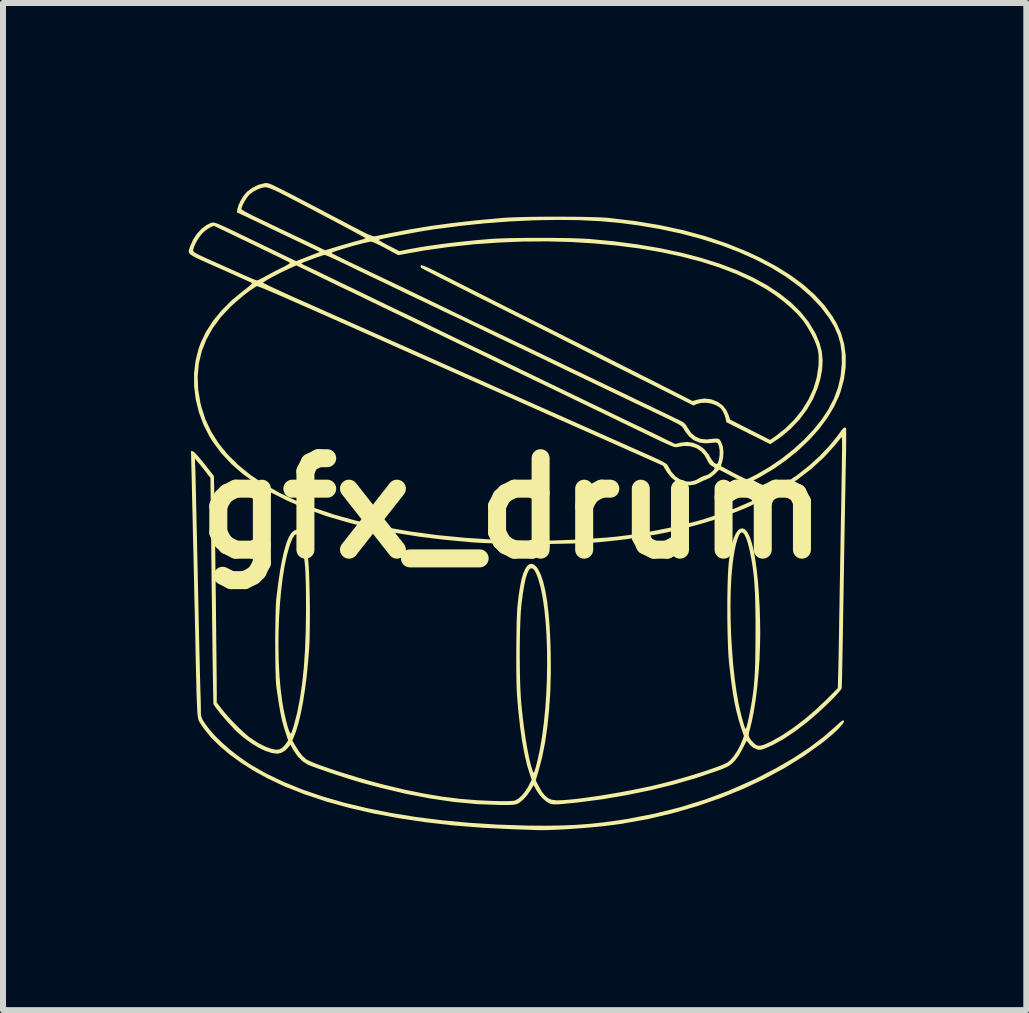
<source format=kicad_pcb>
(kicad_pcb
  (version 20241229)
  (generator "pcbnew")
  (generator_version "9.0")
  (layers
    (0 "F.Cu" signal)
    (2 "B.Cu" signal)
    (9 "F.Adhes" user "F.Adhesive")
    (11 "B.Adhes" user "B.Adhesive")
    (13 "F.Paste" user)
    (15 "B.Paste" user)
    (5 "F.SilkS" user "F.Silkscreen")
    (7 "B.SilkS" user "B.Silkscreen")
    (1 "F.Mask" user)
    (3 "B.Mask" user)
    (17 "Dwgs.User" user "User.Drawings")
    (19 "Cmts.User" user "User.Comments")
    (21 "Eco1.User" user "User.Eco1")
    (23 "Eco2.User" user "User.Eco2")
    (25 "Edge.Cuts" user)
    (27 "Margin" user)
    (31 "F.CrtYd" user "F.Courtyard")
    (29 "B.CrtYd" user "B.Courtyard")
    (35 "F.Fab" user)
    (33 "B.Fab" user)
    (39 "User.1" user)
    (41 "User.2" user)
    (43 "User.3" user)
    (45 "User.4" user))
  (footprint "gfx_drum"
    (layer "F.Cu")
    (at 5.486 5.419)
    (property "Reference" "gfx_drum" (at 0 0 0) (layer "F.SilkS") (effects (font (size 1.524 1.524) (thickness 0.3))))
    (attr board_only exclude_from_pos_files exclude_from_bom)
    (fp_poly (pts (xy -4.088 -5.418) (xy -4.064 -5.414) (xy -4.033 -5.404) (xy -3.992 -5.386) (xy -3.938 -5.36) (xy -3.865 -5.324) (xy -3.772 -5.277) (xy -3.735 -5.258) (xy -3.645 -5.212) (xy -3.535 -5.154) (xy -3.409 -5.089) (xy -3.274 -5.018) (xy -3.135 -4.945) (xy -2.997 -4.872) (xy -2.875 -4.808) (xy -2.741 -4.737) (xy -2.631 -4.68) (xy -2.542 -4.634) (xy -2.471 -4.598) (xy -2.416 -4.571) (xy -2.374 -4.553) (xy -2.342 -4.541) (xy -2.319 -4.534) (xy -2.301 -4.533) (xy -2.288 -4.533) (xy -2.255 -4.539) (xy -2.2 -4.55) (xy -2.129 -4.564) (xy -2.051 -4.58) (xy -2.023 -4.586) (xy -1.695 -4.649) (xy -1.348 -4.706) (xy -0.981 -4.755) (xy -0.59 -4.799) (xy -0.173 -4.837) (xy -0.139 -4.84) (xy -0.055 -4.845) (xy 0.052 -4.849) (xy 0.179 -4.853) (xy 0.32 -4.856) (xy 0.472 -4.858) (xy 0.63 -4.859) (xy 0.79 -4.859) (xy 0.949 -4.858) (xy 1.101 -4.857) (xy 1.243 -4.854) (xy 1.37 -4.851) (xy 1.479 -4.847) (xy 1.564 -4.842) (xy 1.598 -4.839) (xy 2.036 -4.787) (xy 2.452 -4.719) (xy 2.846 -4.634) (xy 3.221 -4.532) (xy 3.577 -4.412) (xy 3.916 -4.275) (xy 4.126 -4.177) (xy 4.396 -4.034) (xy 4.637 -3.883) (xy 4.851 -3.725) (xy 5.038 -3.559) (xy 5.199 -3.384) (xy 5.333 -3.2) (xy 5.399 -3.091) (xy 5.478 -2.918) (xy 5.53 -2.735) (xy 5.556 -2.544) (xy 5.554 -2.347) (xy 5.526 -2.146) (xy 5.47 -1.944) (xy 5.446 -1.876) (xy 5.359 -1.688) (xy 5.246 -1.501) (xy 5.108 -1.317) (xy 4.947 -1.138) (xy 4.767 -0.967) (xy 4.568 -0.805) (xy 4.355 -0.656) (xy 4.128 -0.521) (xy 4.059 -0.485) (xy 3.904 -0.405) (xy 3.447 -0.643) (xy 3.376 -0.572) (xy 3.303 -0.512) (xy 3.239 -0.482) (xy 3.183 -0.461) (xy 3.128 -0.433) (xy 3.117 -0.427) (xy 3.045 -0.396) (xy 2.96 -0.383) (xy 2.87 -0.389) (xy 2.817 -0.402) (xy 2.735 -0.443) (xy 2.656 -0.506) (xy 2.587 -0.587) (xy 2.561 -0.627) (xy 2.513 -0.709) (xy 1.48 -1.169) (xy 1.013 -1.376) (xy 0.573 -1.572) (xy 0.158 -1.757) (xy -0.233 -1.931) (xy -0.6 -2.094) (xy -0.943 -2.247) (xy -1.265 -2.39) (xy -1.565 -2.523) (xy -1.844 -2.647) (xy -2.103 -2.763) (xy -2.343 -2.869) (xy -2.564 -2.967) (xy -2.768 -3.058) (xy -2.954 -3.14) (xy -3.125 -3.216) (xy -3.279 -3.284) (xy -3.419 -3.346) (xy -3.545 -3.401) (xy -3.658 -3.451) (xy -3.758 -3.495) (xy -3.846 -3.533) (xy -3.924 -3.567) (xy -3.991 -3.596) (xy -4.048 -3.62) (xy -4.097 -3.641) (xy -4.137 -3.657) (xy -4.171 -3.671) (xy -4.198 -3.681) (xy -4.219 -3.689) (xy -4.235 -3.695) (xy -4.247 -3.698) (xy -4.255 -3.7) (xy -4.26 -3.7) (xy -4.264 -3.7) (xy -4.266 -3.698) (xy -4.268 -3.696) (xy -4.27 -3.695) (xy -4.271 -3.694) (xy -4.37 -3.628) (xy -4.48 -3.544) (xy -4.593 -3.449) (xy -4.7 -3.352) (xy -4.861 -3.179) (xy -4.994 -2.998) (xy -5.098 -2.81) (xy -5.175 -2.615) (xy -5.223 -2.411) (xy -5.242 -2.201) (xy -5.234 -1.982) (xy -5.197 -1.757) (xy -5.182 -1.696) (xy -5.113 -1.481) (xy -5.016 -1.276) (xy -4.892 -1.08) (xy -4.741 -0.895) (xy -4.563 -0.719) (xy -4.36 -0.554) (xy -4.131 -0.4) (xy -3.876 -0.256) (xy -3.596 -0.124) (xy -3.291 -0.003) (xy -2.962 0.107) (xy -2.609 0.205) (xy -2.232 0.291) (xy -2.155 0.307) (xy -1.715 0.384) (xy -1.255 0.446) (xy -0.782 0.492) (xy -0.299 0.523) (xy 0.186 0.538) (xy 0.668 0.537) (xy 1.142 0.519) (xy 1.603 0.485) (xy 1.763 0.469) (xy 1.954 0.445) (xy 2.165 0.412) (xy 2.387 0.371) (xy 2.612 0.326) (xy 2.832 0.276) (xy 3.038 0.224) (xy 3.163 0.19) (xy 3.45 0.098) (xy 3.731 -0.007) (xy 4.003 -0.125) (xy 4.26 -0.253) (xy 4.498 -0.388) (xy 4.712 -0.529) (xy 4.771 -0.572) (xy 4.951 -0.716) (xy 5.118 -0.868) (xy 5.269 -1.025) (xy 5.399 -1.182) (xy 5.443 -1.242) (xy 5.486 -1.301) (xy 5.518 -1.335) (xy 5.542 -1.348) (xy 5.558 -1.339) (xy 5.561 -1.335) (xy 5.562 -1.319) (xy 5.563 -1.275) (xy 5.563 -1.209) (xy 5.563 -1.122) (xy 5.562 -1.018) (xy 5.56 -0.899) (xy 5.558 -0.769) (xy 5.555 -0.658) (xy 5.553 -0.544) (xy 5.551 -0.405) (xy 5.548 -0.244) (xy 5.544 -0.062) (xy 5.541 0.135) (xy 5.537 0.345) (xy 5.533 0.564) (xy 5.529 0.79) (xy 5.526 1.018) (xy 5.522 1.246) (xy 5.518 1.47) (xy 5.518 1.488) (xy 5.514 1.694) (xy 5.511 1.892) (xy 5.508 2.081) (xy 5.505 2.257) (xy 5.502 2.42) (xy 5.499 2.566) (xy 5.496 2.694) (xy 5.494 2.803) (xy 5.492 2.889) (xy 5.49 2.952) (xy 5.489 2.988) (xy 5.488 2.997) (xy 5.474 3.024) (xy 5.44 3.066) (xy 5.39 3.122) (xy 5.327 3.187) (xy 5.253 3.259) (xy 5.173 3.335) (xy 5.088 3.413) (xy 5.003 3.488) (xy 4.919 3.558) (xy 4.892 3.58) (xy 4.7 3.725) (xy 4.519 3.845) (xy 4.349 3.94) (xy 4.229 3.993) (xy 4.174 4.014) (xy 4.136 4.024) (xy 4.105 4.024) (xy 4.076 4.017) (xy 4.016 3.99) (xy 3.964 3.947) (xy 3.934 3.911) (xy 3.905 3.873) (xy 3.833 4.014) (xy 3.773 4.119) (xy 3.711 4.203) (xy 3.687 4.229) (xy 3.655 4.259) (xy 3.624 4.283) (xy 3.589 4.304) (xy 3.542 4.326) (xy 3.478 4.352) (xy 3.404 4.379) (xy 3.058 4.496) (xy 2.689 4.603) (xy 2.304 4.697) (xy 1.907 4.779) (xy 1.503 4.848) (xy 1.099 4.901) (xy 0.93 4.918) (xy 0.838 4.927) (xy 0.771 4.932) (xy 0.722 4.934) (xy 0.686 4.933) (xy 0.658 4.929) (xy 0.633 4.922) (xy 0.621 4.917) (xy 0.566 4.886) (xy 0.507 4.835) (xy 0.45 4.771) (xy 0.403 4.702) (xy 0.39 4.678) (xy 0.356 4.613) (xy 0.304 4.699) (xy 0.243 4.786) (xy 0.178 4.858) (xy 0.113 4.909) (xy 0.088 4.923) (xy 0.064 4.932) (xy 0.033 4.938) (xy -0.01 4.942) (xy -0.07 4.944) (xy -0.15 4.944) (xy -0.227 4.943) (xy -0.594 4.929) (xy -0.973 4.893) (xy -1.365 4.836) (xy -1.772 4.758) (xy -2.196 4.657) (xy -2.514 4.572) (xy -2.601 4.546) (xy -2.703 4.515) (xy -2.812 4.48) (xy -2.925 4.443) (xy -3.038 4.405) (xy -3.144 4.369) (xy -3.24 4.335) (xy -3.321 4.306) (xy -3.382 4.282) (xy -3.41 4.27) (xy -3.493 4.217) (xy -3.572 4.138) (xy -3.642 4.038) (xy -3.651 4.023) (xy -3.698 3.94) (xy -3.733 3.984) (xy -3.787 4.038) (xy -3.85 4.075) (xy -3.912 4.089) (xy -3.916 4.089) (xy -4.008 4.077) (xy -4.113 4.043) (xy -4.229 3.988) (xy -4.351 3.913) (xy -4.476 3.821) (xy -4.558 3.752) (xy -4.608 3.705) (xy -4.669 3.641) (xy -4.737 3.567) (xy -4.805 3.49) (xy -4.868 3.415) (xy -4.919 3.35) (xy -4.944 3.316) (xy -4.981 3.261) (xy -4.99 2.755) (xy -4.991 2.664) (xy -4.993 2.546) (xy -4.995 2.406) (xy -4.997 2.245) (xy -4.999 2.068) (xy -5.002 1.877) (xy -5.004 1.676) (xy -5.007 1.467) (xy -5.01 1.255) (xy -5.012 1.041) (xy -5.014 0.872) (xy -5.03 -0.506) (xy -5.109 -0.608) (xy -5.153 -0.664) (xy -5.196 -0.719) (xy -5.233 -0.762) (xy -5.239 -0.769) (xy -5.289 -0.828) (xy -5.282 -0.667) (xy -5.281 -0.631) (xy -5.279 -0.568) (xy -5.277 -0.479) (xy -5.274 -0.368) (xy -5.271 -0.236) (xy -5.268 -0.084) (xy -5.264 0.084) (xy -5.26 0.267) (xy -5.255 0.463) (xy -5.251 0.669) (xy -5.246 0.884) (xy -5.241 1.105) (xy -5.24 1.173) (xy -5.235 1.396) (xy -5.23 1.615) (xy -5.226 1.827) (xy -5.221 2.029) (xy -5.217 2.219) (xy -5.213 2.396) (xy -5.209 2.557) (xy -5.206 2.699) (xy -5.203 2.822) (xy -5.2 2.922) (xy -5.198 2.998) (xy -5.197 3.048) (xy -5.196 3.056) (xy -5.193 3.143) (xy -5.191 3.23) (xy -5.189 3.308) (xy -5.189 3.368) (xy -5.189 3.372) (xy -5.188 3.426) (xy -5.183 3.465) (xy -5.172 3.499) (xy -5.151 3.538) (xy -5.116 3.592) (xy -5.116 3.592) (xy -5.042 3.691) (xy -4.946 3.798) (xy -4.832 3.909) (xy -4.704 4.021) (xy -4.567 4.128) (xy -4.425 4.228) (xy -4.352 4.276) (xy -4.093 4.423) (xy -3.807 4.56) (xy -3.497 4.686) (xy -3.162 4.801) (xy -2.805 4.904) (xy -2.427 4.995) (xy -2.027 5.075) (xy -1.609 5.143) (xy -1.173 5.198) (xy -0.719 5.24) (xy -0.25 5.27) (xy 0.234 5.286) (xy 0.279 5.287) (xy 0.557 5.289) (xy 0.813 5.285) (xy 1.054 5.275) (xy 1.286 5.258) (xy 1.516 5.234) (xy 1.75 5.202) (xy 1.928 5.174) (xy 2.371 5.088) (xy 2.795 4.982) (xy 3.205 4.855) (xy 3.604 4.706) (xy 3.997 4.533) (xy 4.097 4.485) (xy 4.41 4.322) (xy 4.696 4.155) (xy 4.953 3.985) (xy 5.183 3.811) (xy 5.374 3.645) (xy 5.423 3.599) (xy 5.466 3.563) (xy 5.496 3.539) (xy 5.509 3.532) (xy 5.526 3.541) (xy 5.521 3.565) (xy 5.497 3.602) (xy 5.454 3.652) (xy 5.396 3.711) (xy 5.323 3.777) (xy 5.238 3.849) (xy 5.159 3.912) (xy 4.863 4.125) (xy 4.542 4.325) (xy 4.201 4.509) (xy 3.84 4.679) (xy 3.463 4.831) (xy 3.071 4.966) (xy 2.669 5.082) (xy 2.257 5.179) (xy 1.839 5.254) (xy 1.803 5.26) (xy 1.67 5.278) (xy 1.52 5.296) (xy 1.359 5.312) (xy 1.192 5.327) (xy 1.025 5.339) (xy 0.863 5.35) (xy 0.711 5.357) (xy 0.576 5.362) (xy 0.462 5.362) (xy 0.425 5.362) (xy 0.391 5.361) (xy 0.333 5.359) (xy 0.257 5.356) (xy 0.167 5.353) (xy 0.068 5.35) (xy 0.022 5.348) (xy -0.482 5.324) (xy -0.97 5.285) (xy -1.438 5.232) (xy -1.887 5.165) (xy -2.315 5.085) (xy -2.721 4.991) (xy -3.104 4.885) (xy -3.463 4.765) (xy -3.797 4.633) (xy -3.839 4.614) (xy -4.08 4.499) (xy -4.305 4.376) (xy -4.514 4.244) (xy -4.704 4.107) (xy -4.872 3.965) (xy -5.018 3.821) (xy -5.137 3.675) (xy -5.214 3.559) (xy -5.221 3.544) (xy -5.228 3.528) (xy -5.234 3.507) (xy -5.239 3.48) (xy -5.244 3.444) (xy -5.248 3.398) (xy -5.251 3.339) (xy -5.255 3.265) (xy -5.258 3.174) (xy -5.262 3.065) (xy -5.265 2.934) (xy -5.269 2.78) (xy -5.273 2.601) (xy -5.277 2.411) (xy -5.281 2.2) (xy -5.286 1.977) (xy -5.291 1.746) (xy -5.297 1.51) (xy -5.302 1.272) (xy -5.307 1.035) (xy -5.312 0.801) (xy -5.318 0.574) (xy -5.323 0.357) (xy -5.327 0.151) (xy -5.332 -0.038) (xy -5.336 -0.21) (xy -5.339 -0.36) (xy -5.342 -0.486) (xy -5.344 -0.562) (xy -5.354 -0.955) (xy -5.323 -0.95) (xy -5.302 -0.937) (xy -5.266 -0.901) (xy -5.217 -0.846) (xy -5.157 -0.773) (xy -5.132 -0.742) (xy -4.972 -0.539) (xy -4.963 -0.156) (xy -4.962 -0.089) (xy -4.96 0.003) (xy -4.958 0.119) (xy -4.956 0.255) (xy -4.954 0.409) (xy -4.952 0.578) (xy -4.949 0.759) (xy -4.947 0.95) (xy -4.944 1.148) (xy -4.942 1.35) (xy -4.939 1.553) (xy -4.937 1.755) (xy -4.935 1.953) (xy -4.933 2.144) (xy -4.931 2.326) (xy -4.929 2.495) (xy -4.928 2.649) (xy -4.926 2.785) (xy -4.925 2.901) (xy -4.925 2.994) (xy -4.924 3.061) (xy -4.924 3.072) (xy -4.925 3.235) (xy -4.848 3.336) (xy -4.789 3.409) (xy -4.716 3.492) (xy -4.634 3.579) (xy -4.549 3.663) (xy -4.469 3.739) (xy -4.398 3.8) (xy -4.375 3.818) (xy -4.236 3.91) (xy -4.098 3.978) (xy -4.011 4.008) (xy -3.937 4.023) (xy -3.878 4.016) (xy -3.827 3.986) (xy -3.782 3.935) (xy -3.735 3.869) (xy -3.772 3.755) (xy -3.796 3.682) (xy -3.816 3.613) (xy -3.834 3.546) (xy -3.85 3.475) (xy -3.866 3.396) (xy -3.882 3.305) (xy -3.899 3.195) (xy -3.919 3.064) (xy -3.931 2.983) (xy -3.936 2.929) (xy -3.941 2.85) (xy -3.944 2.75) (xy -3.947 2.633) (xy -3.949 2.504) (xy -3.95 2.367) (xy -3.95 2.33) (xy -3.896 2.33) (xy -3.891 2.568) (xy -3.879 2.799) (xy -3.859 3.019) (xy -3.833 3.223) (xy -3.831 3.232) (xy -3.815 3.327) (xy -3.796 3.422) (xy -3.775 3.512) (xy -3.755 3.594) (xy -3.735 3.663) (xy -3.716 3.715) (xy -3.701 3.747) (xy -3.69 3.754) (xy -3.689 3.754) (xy -3.679 3.734) (xy -3.664 3.693) (xy -3.646 3.639) (xy -3.64 3.618) (xy -3.585 3.407) (xy -3.54 3.177) (xy -3.503 2.927) (xy -3.474 2.655) (xy -3.454 2.36) (xy -3.442 2.039) (xy -3.437 1.692) (xy -3.437 1.671) (xy -3.438 1.493) (xy -3.439 1.341) (xy -3.442 1.211) (xy -3.446 1.098) (xy -3.451 0.999) (xy -3.459 0.91) (xy -3.469 0.827) (xy -3.481 0.746) (xy -3.496 0.664) (xy -3.498 0.652) (xy -3.521 0.553) (xy -3.545 0.483) (xy -3.571 0.442) (xy -3.599 0.431) (xy -3.628 0.449) (xy -3.659 0.496) (xy -3.692 0.572) (xy -3.713 0.631) (xy -3.756 0.785) (xy -3.794 0.964) (xy -3.826 1.163) (xy -3.852 1.379) (xy -3.873 1.608) (xy -3.887 1.845) (xy -3.895 2.087) (xy -3.896 2.33) (xy -3.95 2.33) (xy -3.951 2.225) (xy -3.95 2.084) (xy -3.948 1.947) (xy -3.946 1.818) (xy -3.943 1.703) (xy -3.939 1.604) (xy -3.934 1.526) (xy -3.931 1.495) (xy -3.901 1.253) (xy -3.87 1.041) (xy -3.836 0.857) (xy -3.8 0.703) (xy -3.763 0.577) (xy -3.723 0.479) (xy -3.68 0.41) (xy -3.636 0.37) (xy -3.589 0.357) (xy -3.571 0.36) (xy -3.533 0.383) (xy -3.498 0.434) (xy -3.467 0.512) (xy -3.439 0.618) (xy -3.415 0.753) (xy -3.407 0.806) (xy -3.399 0.876) (xy -3.392 0.971) (xy -3.386 1.087) (xy -3.382 1.218) (xy -3.378 1.361) (xy -3.375 1.512) (xy -3.373 1.665) (xy -3.373 1.817) (xy -3.374 1.963) (xy -3.376 2.099) (xy -3.379 2.22) (xy -3.384 2.322) (xy -3.384 2.328) (xy -3.403 2.57) (xy -3.426 2.801) (xy -3.454 3.019) (xy -3.486 3.222) (xy -3.521 3.405) (xy -3.559 3.566) (xy -3.599 3.703) (xy -3.627 3.778) (xy -3.665 3.87) (xy -3.625 3.939) (xy -3.559 4.046) (xy -3.495 4.127) (xy -3.435 4.181) (xy -3.434 4.182) (xy -3.392 4.204) (xy -3.326 4.233) (xy -3.238 4.268) (xy -3.132 4.306) (xy -3.011 4.348) (xy -2.877 4.392) (xy -2.736 4.436) (xy -2.589 4.481) (xy -2.441 4.524) (xy -2.294 4.565) (xy -2.152 4.602) (xy -2.133 4.607) (xy -1.794 4.688) (xy -1.474 4.753) (xy -1.168 4.804) (xy -0.87 4.841) (xy -0.574 4.865) (xy -0.329 4.876) (xy -0.208 4.879) (xy -0.114 4.88) (xy -0.043 4.878) (xy 0.008 4.875) (xy 0.042 4.869) (xy 0.048 4.867) (xy 0.098 4.839) (xy 0.154 4.79) (xy 0.209 4.724) (xy 0.258 4.65) (xy 0.278 4.612) (xy 0.323 4.522) (xy 0.295 4.441) (xy 0.246 4.283) (xy 0.203 4.098) (xy 0.164 3.886) (xy 0.13 3.649) (xy 0.101 3.387) (xy 0.077 3.103) (xy 0.077 3.093) (xy 0.073 3.019) (xy 0.07 2.922) (xy 0.068 2.807) (xy 0.066 2.678) (xy 0.066 2.539) (xy 0.066 2.514) (xy 0.124 2.514) (xy 0.126 2.688) (xy 0.129 2.855) (xy 0.135 3.011) (xy 0.142 3.149) (xy 0.151 3.266) (xy 0.151 3.268) (xy 0.173 3.472) (xy 0.197 3.666) (xy 0.223 3.846) (xy 0.251 4.011) (xy 0.28 4.156) (xy 0.309 4.279) (xy 0.339 4.376) (xy 0.346 4.397) (xy 0.354 4.405) (xy 0.363 4.395) (xy 0.375 4.364) (xy 0.392 4.308) (xy 0.413 4.227) (xy 0.418 4.206) (xy 0.46 4.013) (xy 0.496 3.801) (xy 0.525 3.575) (xy 0.549 3.339) (xy 0.566 3.095) (xy 0.576 2.848) (xy 0.58 2.601) (xy 0.578 2.357) (xy 0.57 2.121) (xy 0.555 1.896) (xy 0.534 1.685) (xy 0.506 1.491) (xy 0.472 1.319) (xy 0.431 1.173) (xy 0.431 1.173) (xy 0.398 1.086) (xy 0.366 1.029) (xy 0.335 1.001) (xy 0.305 1.001) (xy 0.276 1.03) (xy 0.249 1.088) (xy 0.222 1.174) (xy 0.198 1.288) (xy 0.175 1.43) (xy 0.153 1.6) (xy 0.151 1.619) (xy 0.142 1.725) (xy 0.135 1.855) (xy 0.13 2.004) (xy 0.126 2.167) (xy 0.124 2.339) (xy 0.124 2.514) (xy 0.066 2.514) (xy 0.066 2.396) (xy 0.067 2.251) (xy 0.069 2.111) (xy 0.071 1.979) (xy 0.074 1.859) (xy 0.078 1.756) (xy 0.082 1.674) (xy 0.086 1.627) (xy 0.106 1.452) (xy 0.129 1.305) (xy 0.153 1.184) (xy 0.181 1.088) (xy 0.212 1.015) (xy 0.246 0.963) (xy 0.28 0.934) (xy 0.321 0.924) (xy 0.365 0.941) (xy 0.408 0.983) (xy 0.426 1.008) (xy 0.473 1.101) (xy 0.514 1.222) (xy 0.55 1.371) (xy 0.58 1.548) (xy 0.604 1.752) (xy 0.623 1.984) (xy 0.635 2.243) (xy 0.64 2.418) (xy 0.642 2.743) (xy 0.633 3.058) (xy 0.613 3.359) (xy 0.584 3.644) (xy 0.545 3.91) (xy 0.496 4.154) (xy 0.444 4.352) (xy 0.391 4.534) (xy 0.44 4.63) (xy 0.493 4.722) (xy 0.545 4.788) (xy 0.599 4.832) (xy 0.66 4.857) (xy 0.733 4.866) (xy 0.747 4.866) (xy 0.843 4.863) (xy 0.964 4.853) (xy 1.105 4.838) (xy 1.262 4.817) (xy 1.432 4.793) (xy 1.61 4.764) (xy 1.792 4.733) (xy 1.974 4.699) (xy 2.152 4.663) (xy 2.323 4.627) (xy 2.481 4.589) (xy 2.486 4.588) (xy 2.618 4.554) (xy 2.754 4.517) (xy 2.892 4.477) (xy 3.028 4.437) (xy 3.158 4.396) (xy 3.278 4.356) (xy 3.385 4.319) (xy 3.474 4.286) (xy 3.542 4.257) (xy 3.583 4.236) (xy 3.637 4.191) (xy 3.694 4.124) (xy 3.749 4.04) (xy 3.799 3.946) (xy 3.833 3.865) (xy 3.859 3.795) (xy 3.813 3.66) (xy 3.773 3.531) (xy 3.737 3.394) (xy 3.704 3.245) (xy 3.675 3.081) (xy 3.649 2.897) (xy 3.624 2.689) (xy 3.61 2.565) (xy 3.602 2.464) (xy 3.595 2.343) (xy 3.59 2.204) (xy 3.586 2.053) (xy 3.583 1.893) (xy 3.582 1.73) (xy 3.582 1.611) (xy 3.635 1.611) (xy 3.638 1.856) (xy 3.646 2.106) (xy 3.661 2.356) (xy 3.68 2.6) (xy 3.705 2.834) (xy 3.735 3.051) (xy 3.769 3.248) (xy 3.791 3.349) (xy 3.806 3.412) (xy 3.823 3.48) (xy 3.842 3.547) (xy 3.859 3.606) (xy 3.873 3.65) (xy 3.881 3.67) (xy 3.889 3.673) (xy 3.898 3.656) (xy 3.91 3.618) (xy 3.925 3.556) (xy 3.944 3.467) (xy 3.951 3.434) (xy 3.974 3.315) (xy 3.993 3.203) (xy 4.009 3.094) (xy 4.022 2.984) (xy 4.032 2.868) (xy 4.04 2.743) (xy 4.046 2.605) (xy 4.049 2.449) (xy 4.051 2.272) (xy 4.052 2.074) (xy 4.052 1.874) (xy 4.05 1.699) (xy 4.047 1.546) (xy 4.043 1.411) (xy 4.036 1.291) (xy 4.028 1.18) (xy 4.017 1.077) (xy 4.004 0.976) (xy 3.988 0.875) (xy 3.978 0.821) (xy 3.952 0.691) (xy 3.925 0.583) (xy 3.897 0.5) (xy 3.87 0.441) (xy 3.842 0.408) (xy 3.816 0.402) (xy 3.806 0.408) (xy 3.779 0.445) (xy 3.753 0.508) (xy 3.728 0.594) (xy 3.705 0.701) (xy 3.684 0.825) (xy 3.667 0.964) (xy 3.653 1.115) (xy 3.65 1.155) (xy 3.639 1.376) (xy 3.635 1.611) (xy 3.582 1.611) (xy 3.582 1.567) (xy 3.584 1.409) (xy 3.587 1.261) (xy 3.592 1.126) (xy 3.598 1.009) (xy 3.605 0.914) (xy 3.61 0.872) (xy 3.634 0.719) (xy 3.66 0.593) (xy 3.69 0.494) (xy 3.723 0.419) (xy 3.76 0.368) (xy 3.795 0.342) (xy 3.839 0.334) (xy 3.881 0.354) (xy 3.92 0.402) (xy 3.957 0.477) (xy 3.99 0.577) (xy 4.021 0.702) (xy 4.048 0.852) (xy 4.072 1.024) (xy 4.093 1.218) (xy 4.109 1.434) (xy 4.122 1.671) (xy 4.128 1.862) (xy 4.131 2.079) (xy 4.127 2.303) (xy 4.118 2.53) (xy 4.102 2.754) (xy 4.082 2.972) (xy 4.057 3.179) (xy 4.027 3.37) (xy 3.994 3.54) (xy 3.958 3.684) (xy 3.943 3.741) (xy 3.94 3.784) (xy 3.95 3.82) (xy 3.976 3.859) (xy 4.021 3.91) (xy 4.055 3.939) (xy 4.092 3.955) (xy 4.136 3.955) (xy 4.192 3.94) (xy 4.265 3.908) (xy 4.314 3.885) (xy 4.489 3.786) (xy 4.673 3.664) (xy 4.862 3.521) (xy 5.052 3.36) (xy 5.239 3.183) (xy 5.265 3.156) (xy 5.423 2.997) (xy 5.43 2.755) (xy 5.432 2.68) (xy 5.434 2.582) (xy 5.437 2.465) (xy 5.439 2.337) (xy 5.441 2.202) (xy 5.444 2.067) (xy 5.445 2.001) (xy 5.446 1.905) (xy 5.448 1.783) (xy 5.451 1.639) (xy 5.453 1.475) (xy 5.456 1.296) (xy 5.46 1.104) (xy 5.463 0.904) (xy 5.467 0.698) (xy 5.47 0.489) (xy 5.474 0.283) (xy 5.475 0.213) (xy 5.479 0.02) (xy 5.482 -0.165) (xy 5.485 -0.34) (xy 5.487 -0.503) (xy 5.49 -0.653) (xy 5.491 -0.786) (xy 5.493 -0.9) (xy 5.494 -0.994) (xy 5.494 -1.064) (xy 5.494 -1.109) (xy 5.494 -1.126) (xy 5.489 -1.189) (xy 5.379 -1.054) (xy 5.194 -0.85) (xy 4.982 -0.656) (xy 4.745 -0.474) (xy 4.483 -0.305) (xy 4.197 -0.148) (xy 3.89 -0.004) (xy 3.569 0.122) (xy 3.33 0.203) (xy 3.075 0.279) (xy 2.815 0.347) (xy 2.562 0.405) (xy 2.426 0.432) (xy 2.157 0.478) (xy 1.901 0.515) (xy 1.645 0.545) (xy 1.422 0.567) (xy 1.304 0.575) (xy 1.162 0.582) (xy 1 0.587) (xy 0.822 0.591) (xy 0.633 0.594) (xy 0.438 0.595) (xy 0.241 0.594) (xy 0.046 0.593) (xy -0.141 0.59) (xy -0.316 0.585) (xy -0.475 0.579) (xy -0.613 0.571) (xy -0.674 0.567) (xy -1.133 0.524) (xy -1.565 0.471) (xy -1.971 0.406) (xy -2.352 0.331) (xy -2.708 0.245) (xy -3.041 0.148) (xy -3.122 0.122) (xy -3.45 0.002) (xy -3.751 -0.127) (xy -4.025 -0.265) (xy -4.271 -0.414) (xy -4.491 -0.572) (xy -4.684 -0.741) (xy -4.851 -0.92) (xy -4.992 -1.11) (xy -5.045 -1.195) (xy -5.147 -1.395) (xy -5.223 -1.603) (xy -5.275 -1.816) (xy -5.302 -2.032) (xy -5.303 -2.247) (xy -5.278 -2.458) (xy -5.227 -2.661) (xy -5.194 -2.752) (xy -5.105 -2.939) (xy -4.988 -3.121) (xy -4.844 -3.297) (xy -4.676 -3.465) (xy -4.484 -3.623) (xy -4.481 -3.625) (xy -4.424 -3.669) (xy -4.378 -3.707) (xy -4.347 -3.735) (xy -4.334 -3.751) (xy -4.335 -3.752) (xy -4.347 -3.759) (xy -4.152 -3.759) (xy -4.139 -3.75) (xy -4.102 -3.731) (xy -4.043 -3.702) (xy -3.965 -3.666) (xy -3.871 -3.622) (xy -3.764 -3.573) (xy -3.645 -3.519) (xy -3.523 -3.465) (xy -3.022 -3.242) (xy -2.547 -3.031) (xy -2.098 -2.831) (xy -1.674 -2.643) (xy -1.275 -2.465) (xy -0.9 -2.298) (xy -0.55 -2.142) (xy -0.222 -1.996) (xy 0.083 -1.861) (xy 0.365 -1.735) (xy 0.626 -1.619) (xy 0.865 -1.513) (xy 1.083 -1.416) (xy 1.281 -1.328) (xy 1.46 -1.248) (xy 1.618 -1.178) (xy 1.758 -1.116) (xy 1.88 -1.061) (xy 1.983 -1.015) (xy 2.07 -0.977) (xy 2.139 -0.946) (xy 2.192 -0.923) (xy 2.199 -0.92) (xy 2.31 -0.87) (xy 2.398 -0.83) (xy 2.465 -0.798) (xy 2.514 -0.773) (xy 2.549 -0.753) (xy 2.571 -0.737) (xy 2.585 -0.722) (xy 2.592 -0.71) (xy 2.651 -0.608) (xy 2.722 -0.53) (xy 2.802 -0.476) (xy 2.89 -0.448) (xy 2.966 -0.446) (xy 3.02 -0.457) (xy 3.069 -0.475) (xy 3.083 -0.483) (xy 3.142 -0.518) (xy 3.191 -0.539) (xy 3.228 -0.549) (xy 3.262 -0.563) (xy 3.302 -0.589) (xy 3.339 -0.621) (xy 3.364 -0.65) (xy 3.371 -0.667) (xy 3.359 -0.685) (xy 3.329 -0.703) (xy 3.327 -0.703) (xy 3.294 -0.726) (xy 3.264 -0.768) (xy 3.246 -0.804) (xy 3.2 -0.887) (xy 3.146 -0.948) (xy 3.078 -0.995) (xy 3.056 -1.006) (xy 2.963 -1.034) (xy 2.859 -1.039) (xy 2.767 -1.024) (xy 2.754 -1.021) (xy 2.743 -1.018) (xy 2.731 -1.017) (xy 2.715 -1.019) (xy 2.696 -1.023) (xy 2.669 -1.032) (xy 2.634 -1.046) (xy 2.588 -1.066) (xy 2.53 -1.092) (xy 2.457 -1.126) (xy 2.368 -1.168) (xy 2.261 -1.22) (xy 2.134 -1.281) (xy 1.985 -1.353) (xy 1.813 -1.436) (xy 1.751 -1.466) (xy 1.657 -1.512) (xy 1.556 -1.56) (xy 1.458 -1.608) (xy 1.371 -1.649) (xy 1.326 -1.671) (xy 1.252 -1.707) (xy 1.16 -1.751) (xy 1.06 -1.799) (xy 0.961 -1.847) (xy 0.901 -1.876) (xy 0.808 -1.921) (xy 0.711 -1.968) (xy 0.617 -2.014) (xy 0.535 -2.053) (xy 0.491 -2.074) (xy 0.332 -2.15) (xy 0.195 -2.216) (xy 0.075 -2.274) (xy -0.032 -2.325) (xy -0.132 -2.374) (xy -0.229 -2.421) (xy -0.308 -2.459) (xy -0.401 -2.504) (xy -0.5 -2.552) (xy -0.595 -2.598) (xy -0.679 -2.638) (xy -0.718 -2.657) (xy -0.774 -2.683) (xy -0.851 -2.72) (xy -0.944 -2.765) (xy -1.05 -2.816) (xy -1.164 -2.871) (xy -1.279 -2.927) (xy -1.334 -2.953) (xy -1.448 -3.008) (xy -1.56 -3.063) (xy -1.667 -3.114) (xy -1.763 -3.16) (xy -1.844 -3.199) (xy -1.905 -3.229) (xy -1.927 -3.239) (xy -1.982 -3.265) (xy -2.057 -3.302) (xy -2.148 -3.345) (xy -2.248 -3.394) (xy -2.352 -3.444) (xy -2.424 -3.479) (xy -2.517 -3.525) (xy -2.601 -3.565) (xy -2.673 -3.6) (xy -2.729 -3.626) (xy -2.765 -3.644) (xy -2.778 -3.65) (xy -2.792 -3.656) (xy -2.828 -3.673) (xy -2.885 -3.7) (xy -2.958 -3.736) (xy -3.045 -3.778) (xy -3.142 -3.825) (xy -3.19 -3.848) (xy -3.598 -4.047) (xy -3.715 -3.994) (xy -3.785 -3.962) (xy -3.859 -3.926) (xy -3.934 -3.887) (xy -4.005 -3.85) (xy -4.066 -3.816) (xy -4.114 -3.787) (xy -4.144 -3.767) (xy -4.152 -3.759) (xy -4.347 -3.759) (xy -4.35 -3.76) (xy -4.389 -3.778) (xy -4.45 -3.806) (xy -4.528 -3.841) (xy -4.621 -3.883) (xy -4.726 -3.93) (xy -4.84 -3.981) (xy -4.87 -3.994) (xy -5.005 -4.054) (xy -5.115 -4.103) (xy -5.204 -4.143) (xy -5.272 -4.176) (xy -5.323 -4.203) (xy -5.358 -4.226) (xy -5.38 -4.247) (xy -5.39 -4.267) (xy -5.392 -4.289) (xy -5.391 -4.292) (xy -5.318 -4.292) (xy -5.312 -4.28) (xy -5.297 -4.266) (xy -5.269 -4.248) (xy -5.226 -4.225) (xy -5.164 -4.196) (xy -5.082 -4.158) (xy -4.975 -4.11) (xy -4.961 -4.104) (xy -4.855 -4.057) (xy -4.748 -4.009) (xy -4.645 -3.963) (xy -4.552 -3.922) (xy -4.477 -3.888) (xy -4.441 -3.872) (xy -4.375 -3.843) (xy -4.318 -3.819) (xy -4.276 -3.803) (xy -4.254 -3.796) (xy -4.253 -3.796) (xy -4.233 -3.803) (xy -4.194 -3.822) (xy -4.144 -3.848) (xy -4.122 -3.861) (xy -4.059 -3.895) (xy -3.982 -3.936) (xy -3.902 -3.977) (xy -3.85 -4.003) (xy -3.791 -4.033) (xy -3.743 -4.06) (xy -3.712 -4.08) (xy -3.711 -4.081) (xy -3.516 -4.081) (xy -3.507 -4.073) (xy -3.479 -4.057) (xy -3.457 -4.047) (xy -3.427 -4.033) (xy -3.374 -4.008) (xy -3.304 -3.975) (xy -3.22 -3.935) (xy -3.127 -3.89) (xy -3.043 -3.849) (xy -2.95 -3.804) (xy -2.866 -3.763) (xy -2.794 -3.729) (xy -2.739 -3.702) (xy -2.703 -3.685) (xy -2.69 -3.679) (xy -2.676 -3.673) (xy -2.639 -3.655) (xy -2.583 -3.628) (xy -2.51 -3.593) (xy -2.423 -3.55) (xy -2.326 -3.503) (xy -2.28 -3.481) (xy -2.179 -3.432) (xy -2.087 -3.387) (xy -2.008 -3.349) (xy -1.943 -3.318) (xy -1.897 -3.296) (xy -1.873 -3.284) (xy -1.87 -3.283) (xy -1.856 -3.277) (xy -1.82 -3.26) (xy -1.764 -3.233) (xy -1.692 -3.198) (xy -1.608 -3.158) (xy -1.523 -3.117) (xy -1.349 -3.032) (xy -1.199 -2.959) (xy -1.071 -2.897) (xy -0.961 -2.844) (xy -0.868 -2.799) (xy -0.788 -2.761) (xy -0.72 -2.728) (xy -0.661 -2.7) (xy -0.609 -2.674) (xy -0.594 -2.667) (xy -0.53 -2.637) (xy -0.447 -2.597) (xy -0.355 -2.553) (xy -0.261 -2.508) (xy -0.205 -2.481) (xy -0.139 -2.449) (xy -0.05 -2.406) (xy 0.056 -2.355) (xy 0.176 -2.297) (xy 0.305 -2.235) (xy 0.439 -2.17) (xy 0.573 -2.105) (xy 0.623 -2.081) (xy 0.756 -2.017) (xy 0.89 -1.952) (xy 1.022 -1.889) (xy 1.145 -1.829) (xy 1.257 -1.775) (xy 1.353 -1.729) (xy 1.429 -1.693) (xy 1.451 -1.682) (xy 1.631 -1.595) (xy 1.787 -1.519) (xy 1.919 -1.456) (xy 2.029 -1.403) (xy 2.119 -1.36) (xy 2.19 -1.326) (xy 2.243 -1.3) (xy 2.25 -1.297) (xy 2.303 -1.272) (xy 2.374 -1.238) (xy 2.453 -1.199) (xy 2.531 -1.161) (xy 2.532 -1.16) (xy 2.713 -1.071) (xy 2.801 -1.093) (xy 2.907 -1.106) (xy 3.011 -1.092) (xy 3.108 -1.052) (xy 3.195 -0.989) (xy 3.267 -0.903) (xy 3.298 -0.85) (xy 3.33 -0.798) (xy 3.364 -0.76) (xy 3.396 -0.741) (xy 3.417 -0.742) (xy 3.426 -0.758) (xy 3.437 -0.794) (xy 3.445 -0.822) (xy 3.454 -0.892) (xy 3.454 -0.966) (xy 3.443 -1.032) (xy 3.429 -1.071) (xy 3.416 -1.089) (xy 3.397 -1.096) (xy 3.363 -1.094) (xy 3.337 -1.091) (xy 3.216 -1.082) (xy 3.112 -1.096) (xy 3.023 -1.134) (xy 2.946 -1.197) (xy 2.877 -1.286) (xy 2.863 -1.309) (xy 2.854 -1.325) (xy 2.845 -1.339) (xy 2.835 -1.352) (xy 2.822 -1.365) (xy 2.802 -1.379) (xy 2.774 -1.397) (xy 2.736 -1.418) (xy 2.685 -1.444) (xy 2.62 -1.477) (xy 2.537 -1.517) (xy 2.435 -1.566) (xy 2.312 -1.625) (xy 2.165 -1.695) (xy 2.125 -1.714) (xy 2.038 -1.755) (xy 1.936 -1.804) (xy 1.83 -1.855) (xy 1.73 -1.903) (xy 1.7 -1.917) (xy 1.532 -1.998) (xy 1.386 -2.067) (xy 1.258 -2.129) (xy 1.144 -2.184) (xy 1.038 -2.234) (xy 0.96 -2.271) (xy 0.88 -2.31) (xy 0.784 -2.356) (xy 0.684 -2.404) (xy 0.59 -2.45) (xy 0.572 -2.459) (xy 0.374 -2.554) (xy 0.16 -2.657) (xy -0.058 -2.761) (xy -0.156 -2.808) (xy -0.207 -2.832) (xy -0.28 -2.867) (xy -0.367 -2.909) (xy -0.464 -2.956) (xy -0.565 -3.005) (xy -0.623 -3.033) (xy -0.714 -3.077) (xy -0.795 -3.117) (xy -0.865 -3.15) (xy -0.918 -3.175) (xy -0.951 -3.191) (xy -0.961 -3.195) (xy -0.975 -3.201) (xy -1.012 -3.218) (xy -1.067 -3.245) (xy -1.138 -3.278) (xy -1.22 -3.318) (xy -1.269 -3.342) (xy -1.356 -3.383) (xy -1.433 -3.421) (xy -1.497 -3.451) (xy -1.545 -3.474) (xy -1.571 -3.486) (xy -1.576 -3.488) (xy -1.59 -3.494) (xy -1.626 -3.512) (xy -1.682 -3.538) (xy -1.753 -3.572) (xy -1.837 -3.613) (xy -1.913 -3.65) (xy -2.004 -3.693) (xy -2.085 -3.733) (xy -2.154 -3.766) (xy -2.207 -3.791) (xy -2.24 -3.806) (xy -2.249 -3.811) (xy -2.263 -3.817) (xy -2.299 -3.834) (xy -2.355 -3.861) (xy -2.426 -3.895) (xy -2.509 -3.935) (xy -2.574 -3.966) (xy -2.713 -4.034) (xy -2.828 -4.089) (xy -2.921 -4.133) (xy -2.994 -4.167) (xy -3.049 -4.192) (xy -3.088 -4.208) (xy -3.115 -4.218) (xy -3.129 -4.221) (xy -3.13 -4.221) (xy -3.15 -4.216) (xy -3.19 -4.203) (xy -3.244 -4.185) (xy -3.306 -4.163) (xy -3.37 -4.139) (xy -3.429 -4.117) (xy -3.478 -4.098) (xy -3.508 -4.085) (xy -3.516 -4.081) (xy -3.711 -4.081) (xy -3.704 -4.091) (xy -3.704 -4.091) (xy -3.719 -4.099) (xy -3.758 -4.119) (xy -3.818 -4.149) (xy -3.897 -4.188) (xy -3.992 -4.234) (xy -4.099 -4.286) (xy -4.218 -4.344) (xy -4.344 -4.405) (xy -4.973 -4.707) (xy -5.032 -4.68) (xy -5.075 -4.655) (xy -5.125 -4.617) (xy -5.159 -4.587) (xy -5.199 -4.54) (xy -5.239 -4.481) (xy -5.274 -4.42) (xy -5.301 -4.361) (xy -5.316 -4.314) (xy -5.318 -4.292) (xy -5.391 -4.292) (xy -5.386 -4.313) (xy -5.376 -4.342) (xy -5.365 -4.373) (xy -5.318 -4.478) (xy -5.254 -4.575) (xy -5.178 -4.657) (xy -5.096 -4.719) (xy -5.052 -4.741) (xy -5.034 -4.749) (xy -5.018 -4.756) (xy -5.003 -4.76) (xy -4.985 -4.761) (xy -4.963 -4.758) (xy -4.934 -4.75) (xy -4.896 -4.736) (xy -4.847 -4.715) (xy -4.784 -4.686) (xy -4.704 -4.649) (xy -4.606 -4.602) (xy -4.487 -4.545) (xy -4.345 -4.476) (xy -4.287 -4.448) (xy -4.207 -4.41) (xy -4.11 -4.363) (xy -4.005 -4.313) (xy -3.903 -4.263) (xy -3.849 -4.237) (xy -3.602 -4.118) (xy -3.404 -4.195) (xy -3.251 -4.254) (xy -3.011 -4.254) (xy -3.01 -4.251) (xy -2.994 -4.242) (xy -2.955 -4.222) (xy -2.895 -4.192) (xy -2.818 -4.154) (xy -2.727 -4.11) (xy -2.623 -4.06) (xy -2.511 -4.007) (xy -2.499 -4.001) (xy -2.286 -3.899) (xy -2.097 -3.809) (xy -1.929 -3.729) (xy -1.781 -3.658) (xy -1.649 -3.594) (xy -1.532 -3.538) (xy -1.426 -3.487) (xy -1.33 -3.441) (xy -1.241 -3.398) (xy -1.156 -3.357) (xy -1.073 -3.317) (xy -0.99 -3.276) (xy -0.962 -3.263) (xy -0.869 -3.218) (xy -0.785 -3.177) (xy -0.713 -3.142) (xy -0.658 -3.116) (xy -0.622 -3.098) (xy -0.609 -3.093) (xy -0.595 -3.086) (xy -0.558 -3.069) (xy -0.501 -3.042) (xy -0.428 -3.008) (xy -0.341 -2.966) (xy -0.244 -2.92) (xy -0.203 -2.9) (xy -0.095 -2.849) (xy 0.011 -2.798) (xy 0.111 -2.75) (xy 0.2 -2.708) (xy 0.272 -2.673) (xy 0.324 -2.648) (xy 0.33 -2.646) (xy 0.391 -2.616) (xy 0.47 -2.579) (xy 0.558 -2.536) (xy 0.647 -2.494) (xy 0.682 -2.477) (xy 0.787 -2.426) (xy 0.906 -2.369) (xy 1.032 -2.308) (xy 1.163 -2.246) (xy 1.292 -2.184) (xy 1.416 -2.125) (xy 1.53 -2.07) (xy 1.629 -2.022) (xy 1.71 -1.984) (xy 1.751 -1.964) (xy 1.802 -1.94) (xy 1.874 -1.906) (xy 1.963 -1.863) (xy 2.064 -1.814) (xy 2.174 -1.761) (xy 2.286 -1.707) (xy 2.33 -1.686) (xy 2.438 -1.634) (xy 2.539 -1.586) (xy 2.63 -1.542) (xy 2.708 -1.504) (xy 2.769 -1.475) (xy 2.809 -1.455) (xy 2.821 -1.45) (xy 2.863 -1.423) (xy 2.897 -1.385) (xy 2.923 -1.339) (xy 2.982 -1.253) (xy 3.056 -1.192) (xy 3.142 -1.156) (xy 3.239 -1.147) (xy 3.266 -1.15) (xy 3.341 -1.159) (xy 3.392 -1.162) (xy 3.425 -1.16) (xy 3.447 -1.151) (xy 3.464 -1.132) (xy 3.48 -1.104) (xy 3.482 -1.099) (xy 3.508 -1.028) (xy 3.518 -0.94) (xy 3.513 -0.847) (xy 3.497 -0.772) (xy 3.476 -0.703) (xy 3.567 -0.654) (xy 3.632 -0.618) (xy 3.701 -0.582) (xy 3.768 -0.548) (xy 3.827 -0.519) (xy 3.873 -0.497) (xy 3.9 -0.486) (xy 3.905 -0.484) (xy 3.922 -0.491) (xy 3.96 -0.508) (xy 4.012 -0.534) (xy 4.072 -0.565) (xy 4.282 -0.687) (xy 4.485 -0.825) (xy 4.678 -0.977) (xy 4.856 -1.139) (xy 5.016 -1.307) (xy 5.154 -1.478) (xy 5.264 -1.645) (xy 5.359 -1.83) (xy 5.427 -2.014) (xy 5.47 -2.203) (xy 5.489 -2.402) (xy 5.49 -2.418) (xy 5.487 -2.591) (xy 5.466 -2.746) (xy 5.424 -2.891) (xy 5.36 -3.033) (xy 5.275 -3.173) (xy 5.136 -3.357) (xy 4.969 -3.532) (xy 4.777 -3.699) (xy 4.56 -3.857) (xy 4.32 -4.005) (xy 4.058 -4.142) (xy 3.775 -4.269) (xy 3.473 -4.384) (xy 3.153 -4.486) (xy 2.816 -4.576) (xy 2.464 -4.652) (xy 2.097 -4.714) (xy 1.788 -4.755) (xy 1.461 -4.784) (xy 1.11 -4.801) (xy 0.74 -4.805) (xy 0.353 -4.798) (xy -0.046 -4.779) (xy -0.454 -4.748) (xy -0.867 -4.705) (xy -1.283 -4.651) (xy -1.37 -4.638) (xy -1.452 -4.625) (xy -1.546 -4.609) (xy -1.646 -4.591) (xy -1.75 -4.572) (xy -1.853 -4.553) (xy -1.951 -4.534) (xy -2.04 -4.516) (xy -2.116 -4.5) (xy -2.175 -4.487) (xy -2.214 -4.477) (xy -2.228 -4.471) (xy -2.228 -4.471) (xy -2.215 -4.462) (xy -2.181 -4.442) (xy -2.131 -4.414) (xy -2.069 -4.381) (xy -2.055 -4.374) (xy -1.883 -4.285) (xy -1.715 -4.318) (xy -1.53 -4.351) (xy -1.321 -4.383) (xy -1.092 -4.414) (xy -0.848 -4.442) (xy -0.593 -4.468) (xy -0.359 -4.488) (xy -0.268 -4.494) (xy -0.153 -4.498) (xy -0.018 -4.502) (xy 0.131 -4.504) (xy 0.29 -4.506) (xy 0.455 -4.506) (xy 0.619 -4.506) (xy 0.779 -4.504) (xy 0.93 -4.502) (xy 1.066 -4.498) (xy 1.183 -4.493) (xy 1.275 -4.488) (xy 1.69 -4.449) (xy 2.086 -4.397) (xy 2.46 -4.334) (xy 2.814 -4.259) (xy 3.145 -4.173) (xy 3.454 -4.076) (xy 3.74 -3.968) (xy 4.002 -3.849) (xy 4.24 -3.72) (xy 4.453 -3.58) (xy 4.641 -3.431) (xy 4.802 -3.273) (xy 4.937 -3.105) (xy 5.045 -2.927) (xy 5.057 -2.904) (xy 5.119 -2.756) (xy 5.157 -2.61) (xy 5.171 -2.461) (xy 5.162 -2.306) (xy 5.129 -2.14) (xy 5.087 -2.002) (xy 5.01 -1.819) (xy 4.908 -1.643) (xy 4.783 -1.476) (xy 4.638 -1.324) (xy 4.478 -1.19) (xy 4.425 -1.153) (xy 4.299 -1.068) (xy 3.932 -1.251) (xy 3.565 -1.435) (xy 3.555 -1.49) (xy 3.536 -1.556) (xy 3.506 -1.619) (xy 3.471 -1.667) (xy 3.464 -1.674) (xy 3.4 -1.715) (xy 3.32 -1.744) (xy 3.232 -1.758) (xy 3.147 -1.756) (xy 3.074 -1.737) (xy 3.069 -1.735) (xy 3.019 -1.712) (xy 2.195 -2.126) (xy 2.041 -2.203) (xy 1.889 -2.28) (xy 1.741 -2.354) (xy 1.6 -2.425) (xy 1.469 -2.491) (xy 1.353 -2.55) (xy 1.253 -2.601) (xy 1.173 -2.641) (xy 1.121 -2.668) (xy 1.07 -2.694) (xy 0.996 -2.731) (xy 0.9 -2.78) (xy 0.785 -2.838) (xy 0.653 -2.905) (xy 0.508 -2.978) (xy 0.35 -3.058) (xy 0.183 -3.142) (xy 0.009 -3.23) (xy -0.17 -3.32) (xy -0.315 -3.393) (xy -0.489 -3.48) (xy -0.657 -3.565) (xy -0.814 -3.645) (xy -0.961 -3.719) (xy -1.095 -3.787) (xy -1.214 -3.847) (xy -1.316 -3.9) (xy -1.4 -3.943) (xy -1.463 -3.975) (xy -1.503 -3.997) (xy -1.52 -4.006) (xy -1.52 -4.007) (xy -1.53 -4.031) (xy -1.524 -4.045) (xy -1.516 -4.049) (xy -1.501 -4.048) (xy -1.475 -4.039) (xy -1.435 -4.023) (xy -1.381 -3.999) (xy -1.309 -3.964) (xy -1.216 -3.918) (xy -1.101 -3.86) (xy -1.044 -3.831) (xy -0.963 -3.79) (xy -0.858 -3.737) (xy -0.733 -3.674) (xy -0.589 -3.601) (xy -0.43 -3.521) (xy -0.258 -3.434) (xy -0.075 -3.342) (xy 0.115 -3.247) (xy 0.309 -3.149) (xy 0.506 -3.05) (xy 0.702 -2.951) (xy 0.74 -2.932) (xy 0.936 -2.833) (xy 1.133 -2.734) (xy 1.329 -2.635) (xy 1.521 -2.539) (xy 1.705 -2.445) (xy 1.88 -2.357) (xy 2.043 -2.275) (xy 2.191 -2.2) (xy 2.321 -2.134) (xy 2.431 -2.079) (xy 2.518 -2.034) (xy 2.531 -2.028) (xy 3.003 -1.787) (xy 3.087 -1.811) (xy 3.198 -1.829) (xy 3.308 -1.817) (xy 3.413 -1.778) (xy 3.499 -1.72) (xy 3.563 -1.644) (xy 3.604 -1.553) (xy 3.629 -1.478) (xy 4.295 -1.139) (xy 4.375 -1.194) (xy 4.545 -1.326) (xy 4.696 -1.475) (xy 4.826 -1.636) (xy 4.932 -1.808) (xy 5.015 -1.988) (xy 5.071 -2.174) (xy 5.1 -2.363) (xy 5.104 -2.448) (xy 5.104 -2.525) (xy 5.1 -2.584) (xy 5.091 -2.636) (xy 5.074 -2.693) (xy 5.064 -2.724) (xy 5.028 -2.814) (xy 4.977 -2.915) (xy 4.918 -3.017) (xy 4.857 -3.11) (xy 4.829 -3.146) (xy 4.742 -3.245) (xy 4.633 -3.349) (xy 4.508 -3.455) (xy 4.373 -3.556) (xy 4.234 -3.649) (xy 4.227 -3.653) (xy 3.991 -3.784) (xy 3.73 -3.904) (xy 3.446 -4.013) (xy 3.141 -4.11) (xy 2.816 -4.195) (xy 2.474 -4.268) (xy 2.117 -4.329) (xy 1.747 -4.377) (xy 1.365 -4.413) (xy 0.974 -4.437) (xy 0.576 -4.447) (xy 0.172 -4.444) (xy -0.235 -4.427) (xy -0.644 -4.398) (xy -1.052 -4.354) (xy -1.457 -4.297) (xy -1.811 -4.234) (xy -1.899 -4.217) (xy -2.111 -4.331) (xy -2.185 -4.37) (xy -2.251 -4.402) (xy -2.305 -4.427) (xy -2.343 -4.441) (xy -2.355 -4.443) (xy -2.382 -4.439) (xy -2.43 -4.428) (xy -2.492 -4.414) (xy -2.561 -4.396) (xy -2.631 -4.378) (xy -2.695 -4.36) (xy -2.719 -4.353) (xy -2.82 -4.323) (xy -2.896 -4.299) (xy -2.95 -4.282) (xy -2.985 -4.269) (xy -3.005 -4.26) (xy -3.011 -4.254) (xy -3.251 -4.254) (xy -3.207 -4.271) (xy -3.417 -4.372) (xy -3.498 -4.41) (xy -3.576 -4.448) (xy -3.646 -4.481) (xy -3.7 -4.507) (xy -3.715 -4.514) (xy -3.756 -4.533) (xy -3.817 -4.562) (xy -3.893 -4.599) (xy -3.979 -4.64) (xy -4.069 -4.683) (xy -4.082 -4.69) (xy -4.174 -4.734) (xy -4.265 -4.778) (xy -4.35 -4.818) (xy -4.421 -4.852) (xy -4.472 -4.876) (xy -4.475 -4.877) (xy -4.59 -4.931) (xy -4.582 -4.982) (xy -4.581 -4.986) (xy -4.514 -4.986) (xy -4.502 -4.974) (xy -4.467 -4.952) (xy -4.415 -4.923) (xy -4.35 -4.889) (xy -4.313 -4.871) (xy -4.221 -4.827) (xy -4.119 -4.778) (xy -4.019 -4.73) (xy -3.932 -4.689) (xy -3.928 -4.687) (xy -3.848 -4.648) (xy -3.764 -4.609) (xy -3.688 -4.572) (xy -3.628 -4.544) (xy -3.628 -4.543) (xy -3.569 -4.516) (xy -3.494 -4.48) (xy -3.41 -4.44) (xy -3.328 -4.4) (xy -3.315 -4.394) (xy -3.119 -4.299) (xy -2.89 -4.368) (xy -2.802 -4.394) (xy -2.715 -4.419) (xy -2.637 -4.442) (xy -2.574 -4.459) (xy -2.554 -4.464) (xy -2.503 -4.479) (xy -2.465 -4.491) (xy -2.448 -4.5) (xy -2.448 -4.501) (xy -2.46 -4.51) (xy -2.496 -4.53) (xy -2.552 -4.561) (xy -2.626 -4.601) (xy -2.715 -4.649) (xy -2.816 -4.703) (xy -2.927 -4.762) (xy -3.044 -4.824) (xy -3.166 -4.888) (xy -3.288 -4.953) (xy -3.409 -5.016) (xy -3.525 -5.077) (xy -3.635 -5.134) (xy -3.734 -5.186) (xy -3.821 -5.23) (xy -3.893 -5.267) (xy -3.909 -5.275) (xy -4.001 -5.317) (xy -4.07 -5.342) (xy -4.115 -5.35) (xy -4.174 -5.34) (xy -4.243 -5.314) (xy -4.313 -5.277) (xy -4.372 -5.233) (xy -4.395 -5.21) (xy -4.427 -5.168) (xy -4.459 -5.116) (xy -4.488 -5.062) (xy -4.507 -5.015) (xy -4.514 -4.986) (xy -4.581 -4.986) (xy -4.562 -5.052) (xy -4.525 -5.13) (xy -4.478 -5.205) (xy -4.427 -5.267) (xy -4.418 -5.276) (xy -4.33 -5.341) (xy -4.23 -5.39) (xy -4.131 -5.416) (xy -4.109 -5.419)) (stroke (width 0) (type solid)) (fill yes) (layer "F.SilkS")))
  (gr_rect
    (start -3 -3)
    (end 14.05 13.781)
    (stroke (width 0.1) (type default))
    (fill no)
    (layer "Edge.Cuts")))
</source>
